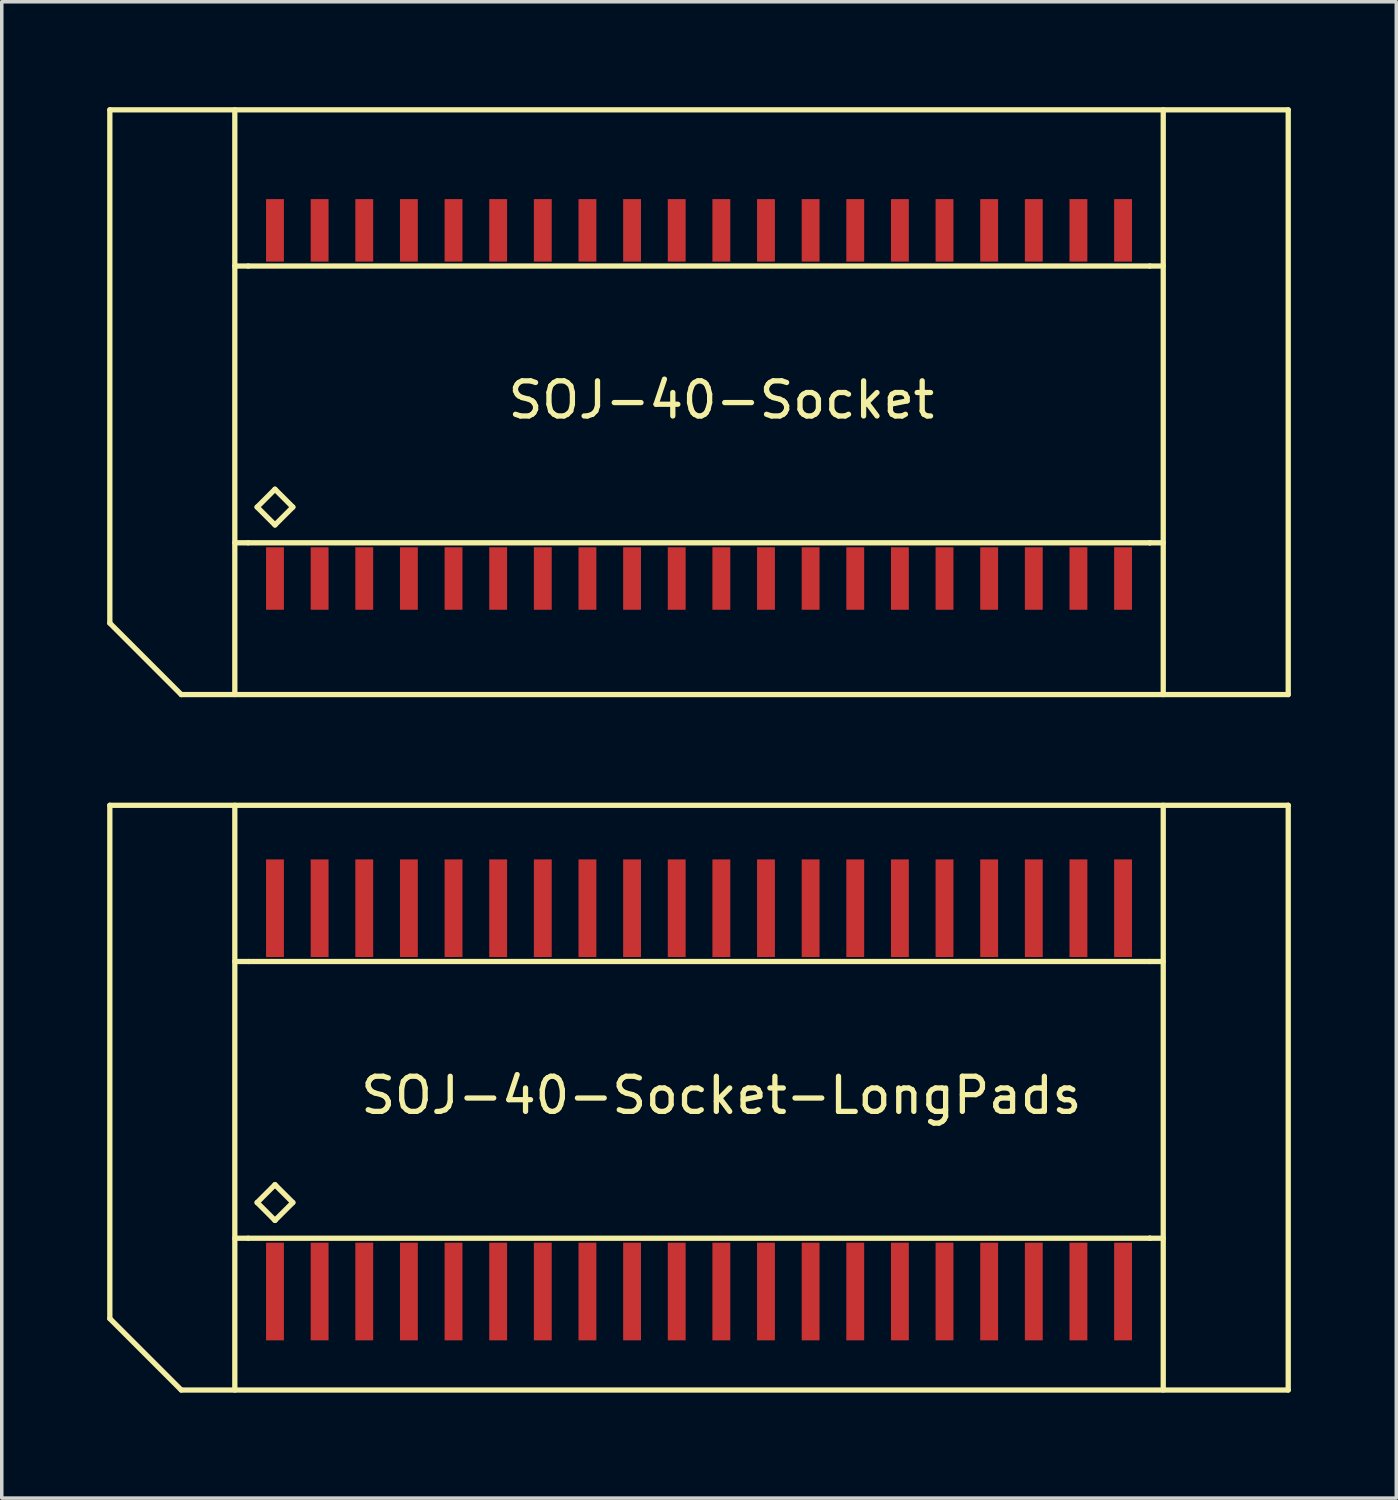
<source format=kicad_pcb>
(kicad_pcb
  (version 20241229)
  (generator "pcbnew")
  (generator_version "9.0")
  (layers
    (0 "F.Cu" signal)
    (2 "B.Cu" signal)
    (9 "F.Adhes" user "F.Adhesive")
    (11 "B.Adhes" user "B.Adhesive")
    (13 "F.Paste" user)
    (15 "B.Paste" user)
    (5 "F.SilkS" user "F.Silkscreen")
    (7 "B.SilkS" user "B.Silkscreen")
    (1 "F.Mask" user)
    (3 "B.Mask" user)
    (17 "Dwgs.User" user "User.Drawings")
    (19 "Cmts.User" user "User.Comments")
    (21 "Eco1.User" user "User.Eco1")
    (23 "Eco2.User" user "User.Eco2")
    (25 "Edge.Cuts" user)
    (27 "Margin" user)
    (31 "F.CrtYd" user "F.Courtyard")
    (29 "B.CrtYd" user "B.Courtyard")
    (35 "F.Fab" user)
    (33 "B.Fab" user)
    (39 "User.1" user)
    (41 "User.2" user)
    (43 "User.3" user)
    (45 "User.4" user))
  (footprint "SOJ-40-Socket"
    (layer "F.Cu")
    (at 17.474 8.33)
    (property "Reference" "SOJ-40-Socket" (at 0 0 180) (layer "F.SilkS") (effects (font (size 1 1) (thickness 0.15))))
    (attr smd)
    (fp_line (start -17.399 6.35) (end -17.399 -8.255) (stroke (width 0.15) (type solid)) (layer "F.SilkS"))
    (fp_line (start -15.367 8.382) (end -17.399 6.35) (stroke (width 0.15) (type solid)) (layer "F.SilkS"))
    (fp_line (start -13.843 8.382) (end -13.843 -8.255) (stroke (width 0.15) (type solid)) (layer "F.SilkS"))
    (fp_line (start -13.462 -3.81) (end -13.843 -3.81) (stroke (width 0.15) (type solid)) (layer "F.SilkS"))
    (fp_line (start -13.462 -3.81) (end 12.192 -3.81) (stroke (width 0.15) (type solid)) (layer "F.SilkS"))
    (fp_line (start -13.462 4.064) (end -13.843 4.064) (stroke (width 0.15) (type solid)) (layer "F.SilkS"))
    (fp_line (start -13.208 3.048) (end -12.7 2.54) (stroke (width 0.15) (type solid)) (layer "F.SilkS"))
    (fp_line (start -12.7 2.54) (end -12.192 3.048) (stroke (width 0.15) (type solid)) (layer "F.SilkS"))
    (fp_line (start -12.7 3.556) (end -13.208 3.048) (stroke (width 0.15) (type solid)) (layer "F.SilkS"))
    (fp_line (start -12.192 3.048) (end -12.7 3.556) (stroke (width 0.15) (type solid)) (layer "F.SilkS"))
    (fp_line (start 12.192 -3.81) (end 12.573 -3.81) (stroke (width 0.15) (type solid)) (layer "F.SilkS"))
    (fp_line (start 12.192 4.064) (end -13.462 4.064) (stroke (width 0.15) (type solid)) (layer "F.SilkS"))
    (fp_line (start 12.192 4.064) (end 12.192 4.064) (stroke (width 0.15) (type solid)) (layer "F.SilkS"))
    (fp_line (start 12.192 4.064) (end 12.573 4.064) (stroke (width 0.15) (type solid)) (layer "F.SilkS"))
    (fp_line (start 12.573 8.382) (end 12.573 -8.255) (stroke (width 0.15) (type solid)) (layer "F.SilkS"))
    (fp_line (start 16.129 -8.255) (end -17.399 -8.255) (stroke (width 0.15) (type solid)) (layer "F.SilkS"))
    (fp_line (start 16.129 -8.255) (end 16.129 8.382) (stroke (width 0.15) (type solid)) (layer "F.SilkS"))
    (fp_line (start 16.129 8.382) (end -15.367 8.382) (stroke (width 0.15) (type solid)) (layer "F.SilkS"))
    (pad "1" smd rect (at -12.7 5.08) (size 0.508 1.778) (layers "F.Cu" "F.Mask" "F.Paste"))
    (pad "2" smd rect (at -11.43 5.08) (size 0.508 1.778) (layers "F.Cu" "F.Mask" "F.Paste"))
    (pad "3" smd rect (at -10.16 5.08) (size 0.508 1.778) (layers "F.Cu" "F.Mask" "F.Paste"))
    (pad "4" smd rect (at -8.89 5.08) (size 0.508 1.778) (layers "F.Cu" "F.Mask" "F.Paste"))
    (pad "5" smd rect (at -7.62 5.08) (size 0.508 1.778) (layers "F.Cu" "F.Mask" "F.Paste"))
    (pad "6" smd rect (at -6.35 5.08) (size 0.508 1.778) (layers "F.Cu" "F.Mask" "F.Paste"))
    (pad "7" smd rect (at -5.08 5.08) (size 0.508 1.778) (layers "F.Cu" "F.Mask" "F.Paste"))
    (pad "8" smd rect (at -3.81 5.08) (size 0.508 1.778) (layers "F.Cu" "F.Mask" "F.Paste"))
    (pad "9" smd rect (at -2.54 5.08) (size 0.508 1.778) (layers "F.Cu" "F.Mask" "F.Paste"))
    (pad "10" smd rect (at -1.27 5.08) (size 0.508 1.778) (layers "F.Cu" "F.Mask" "F.Paste"))
    (pad "11" smd rect (at 0 5.08) (size 0.508 1.778) (layers "F.Cu" "F.Mask" "F.Paste"))
    (pad "12" smd rect (at 1.27 5.08) (size 0.508 1.778) (layers "F.Cu" "F.Mask" "F.Paste"))
    (pad "13" smd rect (at 2.54 5.08) (size 0.508 1.778) (layers "F.Cu" "F.Mask" "F.Paste"))
    (pad "14" smd rect (at 3.81 5.08) (size 0.508 1.778) (layers "F.Cu" "F.Mask" "F.Paste"))
    (pad "15" smd rect (at 5.08 5.08) (size 0.508 1.778) (layers "F.Cu" "F.Mask" "F.Paste"))
    (pad "16" smd rect (at 6.35 5.08) (size 0.508 1.778) (layers "F.Cu" "F.Mask" "F.Paste"))
    (pad "17" smd rect (at 7.62 5.08) (size 0.508 1.778) (layers "F.Cu" "F.Mask" "F.Paste"))
    (pad "18" smd rect (at 8.89 5.08) (size 0.508 1.778) (layers "F.Cu" "F.Mask" "F.Paste"))
    (pad "19" smd rect (at 10.16 5.08) (size 0.508 1.778) (layers "F.Cu" "F.Mask" "F.Paste"))
    (pad "20" smd rect (at 11.43 5.08) (size 0.508 1.778) (layers "F.Cu" "F.Mask" "F.Paste"))
    (pad "21" smd rect (at 11.43 -4.826) (size 0.508 1.778) (layers "F.Cu" "F.Mask" "F.Paste"))
    (pad "22" smd rect (at 10.16 -4.826) (size 0.508 1.778) (layers "F.Cu" "F.Mask" "F.Paste"))
    (pad "23" smd rect (at 8.89 -4.826) (size 0.508 1.778) (layers "F.Cu" "F.Mask" "F.Paste"))
    (pad "24" smd rect (at 7.62 -4.826) (size 0.508 1.778) (layers "F.Cu" "F.Mask" "F.Paste"))
    (pad "25" smd rect (at 6.35 -4.826) (size 0.508 1.778) (layers "F.Cu" "F.Mask" "F.Paste"))
    (pad "26" smd rect (at 5.08 -4.826) (size 0.508 1.778) (layers "F.Cu" "F.Mask" "F.Paste"))
    (pad "27" smd rect (at 3.81 -4.826) (size 0.508 1.778) (layers "F.Cu" "F.Mask" "F.Paste"))
    (pad "28" smd rect (at 2.54 -4.826) (size 0.508 1.778) (layers "F.Cu" "F.Mask" "F.Paste"))
    (pad "29" smd rect (at 1.27 -4.826) (size 0.508 1.778) (layers "F.Cu" "F.Mask" "F.Paste"))
    (pad "30" smd rect (at 0 -4.826) (size 0.508 1.778) (layers "F.Cu" "F.Mask" "F.Paste"))
    (pad "31" smd rect (at -1.27 -4.826) (size 0.508 1.778) (layers "F.Cu" "F.Mask" "F.Paste"))
    (pad "32" smd rect (at -2.54 -4.826) (size 0.508 1.778) (layers "F.Cu" "F.Mask" "F.Paste"))
    (pad "33" smd rect (at -3.81 -4.826) (size 0.508 1.778) (layers "F.Cu" "F.Mask" "F.Paste"))
    (pad "34" smd rect (at -5.08 -4.826) (size 0.508 1.778) (layers "F.Cu" "F.Mask" "F.Paste"))
    (pad "35" smd rect (at -6.35 -4.826) (size 0.508 1.778) (layers "F.Cu" "F.Mask" "F.Paste"))
    (pad "36" smd rect (at -7.62 -4.826) (size 0.508 1.778) (layers "F.Cu" "F.Mask" "F.Paste"))
    (pad "37" smd rect (at -8.89 -4.826) (size 0.508 1.778) (layers "F.Cu" "F.Mask" "F.Paste"))
    (pad "38" smd rect (at -10.16 -4.826) (size 0.508 1.778) (layers "F.Cu" "F.Mask" "F.Paste"))
    (pad "39" smd rect (at -11.43 -4.826) (size 0.508 1.778) (layers "F.Cu" "F.Mask" "F.Paste"))
    (pad "40" smd rect (at -12.7 -4.826) (size 0.508 1.778) (layers "F.Cu" "F.Mask" "F.Paste")))
  (footprint "SOJ-40-Socket-LongPads"
    (layer "F.Cu")
    (at 17.474 28.117)
    (property "Reference" "SOJ-40-Socket-LongPads" (at 0 0 180) (layer "F.SilkS") (effects (font (size 1 1) (thickness 0.15))))
    (attr smd)
    (fp_line (start -17.399 6.35) (end -17.399 -8.255) (stroke (width 0.15) (type solid)) (layer "F.SilkS"))
    (fp_line (start -15.367 8.382) (end -17.399 6.35) (stroke (width 0.15) (type solid)) (layer "F.SilkS"))
    (fp_line (start -13.843 8.382) (end -13.843 -8.255) (stroke (width 0.15) (type solid)) (layer "F.SilkS"))
    (fp_line (start -13.462 -3.81) (end -13.843 -3.81) (stroke (width 0.15) (type solid)) (layer "F.SilkS"))
    (fp_line (start -13.462 -3.81) (end 12.192 -3.81) (stroke (width 0.15) (type solid)) (layer "F.SilkS"))
    (fp_line (start -13.462 4.064) (end -13.843 4.064) (stroke (width 0.15) (type solid)) (layer "F.SilkS"))
    (fp_line (start -13.208 3.048) (end -12.7 2.54) (stroke (width 0.15) (type solid)) (layer "F.SilkS"))
    (fp_line (start -12.7 2.54) (end -12.192 3.048) (stroke (width 0.15) (type solid)) (layer "F.SilkS"))
    (fp_line (start -12.7 3.556) (end -13.208 3.048) (stroke (width 0.15) (type solid)) (layer "F.SilkS"))
    (fp_line (start -12.192 3.048) (end -12.7 3.556) (stroke (width 0.15) (type solid)) (layer "F.SilkS"))
    (fp_line (start 12.192 -3.81) (end 12.573 -3.81) (stroke (width 0.15) (type solid)) (layer "F.SilkS"))
    (fp_line (start 12.192 4.064) (end -13.462 4.064) (stroke (width 0.15) (type solid)) (layer "F.SilkS"))
    (fp_line (start 12.192 4.064) (end 12.192 4.064) (stroke (width 0.15) (type solid)) (layer "F.SilkS"))
    (fp_line (start 12.192 4.064) (end 12.573 4.064) (stroke (width 0.15) (type solid)) (layer "F.SilkS"))
    (fp_line (start 12.573 8.382) (end 12.573 -8.255) (stroke (width 0.15) (type solid)) (layer "F.SilkS"))
    (fp_line (start 16.129 -8.255) (end -17.399 -8.255) (stroke (width 0.15) (type solid)) (layer "F.SilkS"))
    (fp_line (start 16.129 -8.255) (end 16.129 8.382) (stroke (width 0.15) (type solid)) (layer "F.SilkS"))
    (fp_line (start 16.129 8.382) (end -15.367 8.382) (stroke (width 0.15) (type solid)) (layer "F.SilkS"))
    (pad "1" smd rect (at -12.7 5.58) (size 0.508 2.778) (layers "F.Cu" "F.Mask" "F.Paste"))
    (pad "2" smd rect (at -11.43 5.58) (size 0.508 2.778) (layers "F.Cu" "F.Mask" "F.Paste"))
    (pad "3" smd rect (at -10.16 5.58) (size 0.508 2.778) (layers "F.Cu" "F.Mask" "F.Paste"))
    (pad "4" smd rect (at -8.89 5.58) (size 0.508 2.778) (layers "F.Cu" "F.Mask" "F.Paste"))
    (pad "5" smd rect (at -7.62 5.58) (size 0.508 2.778) (layers "F.Cu" "F.Mask" "F.Paste"))
    (pad "6" smd rect (at -6.35 5.58) (size 0.508 2.778) (layers "F.Cu" "F.Mask" "F.Paste"))
    (pad "7" smd rect (at -5.08 5.58) (size 0.508 2.778) (layers "F.Cu" "F.Mask" "F.Paste"))
    (pad "8" smd rect (at -3.81 5.58) (size 0.508 2.778) (layers "F.Cu" "F.Mask" "F.Paste"))
    (pad "9" smd rect (at -2.54 5.58) (size 0.508 2.778) (layers "F.Cu" "F.Mask" "F.Paste"))
    (pad "10" smd rect (at -1.27 5.58) (size 0.508 2.778) (layers "F.Cu" "F.Mask" "F.Paste"))
    (pad "11" smd rect (at 0 5.58) (size 0.508 2.778) (layers "F.Cu" "F.Mask" "F.Paste"))
    (pad "12" smd rect (at 1.27 5.58) (size 0.508 2.778) (layers "F.Cu" "F.Mask" "F.Paste"))
    (pad "13" smd rect (at 2.54 5.58) (size 0.508 2.778) (layers "F.Cu" "F.Mask" "F.Paste"))
    (pad "14" smd rect (at 3.81 5.58) (size 0.508 2.778) (layers "F.Cu" "F.Mask" "F.Paste"))
    (pad "15" smd rect (at 5.08 5.58) (size 0.508 2.778) (layers "F.Cu" "F.Mask" "F.Paste"))
    (pad "16" smd rect (at 6.35 5.58) (size 0.508 2.778) (layers "F.Cu" "F.Mask" "F.Paste"))
    (pad "17" smd rect (at 7.62 5.58) (size 0.508 2.778) (layers "F.Cu" "F.Mask" "F.Paste"))
    (pad "18" smd rect (at 8.89 5.58) (size 0.508 2.778) (layers "F.Cu" "F.Mask" "F.Paste"))
    (pad "19" smd rect (at 10.16 5.58) (size 0.508 2.778) (layers "F.Cu" "F.Mask" "F.Paste"))
    (pad "20" smd rect (at 11.43 5.58) (size 0.508 2.778) (layers "F.Cu" "F.Mask" "F.Paste"))
    (pad "21" smd rect (at 11.43 -5.326) (size 0.508 2.778) (layers "F.Cu" "F.Mask" "F.Paste"))
    (pad "22" smd rect (at 10.16 -5.326) (size 0.508 2.778) (layers "F.Cu" "F.Mask" "F.Paste"))
    (pad "23" smd rect (at 8.89 -5.326) (size 0.508 2.778) (layers "F.Cu" "F.Mask" "F.Paste"))
    (pad "24" smd rect (at 7.62 -5.326) (size 0.508 2.778) (layers "F.Cu" "F.Mask" "F.Paste"))
    (pad "25" smd rect (at 6.35 -5.326) (size 0.508 2.778) (layers "F.Cu" "F.Mask" "F.Paste"))
    (pad "26" smd rect (at 5.08 -5.326) (size 0.508 2.778) (layers "F.Cu" "F.Mask" "F.Paste"))
    (pad "27" smd rect (at 3.81 -5.326) (size 0.508 2.778) (layers "F.Cu" "F.Mask" "F.Paste"))
    (pad "28" smd rect (at 2.54 -5.326) (size 0.508 2.778) (layers "F.Cu" "F.Mask" "F.Paste"))
    (pad "29" smd rect (at 1.27 -5.326) (size 0.508 2.778) (layers "F.Cu" "F.Mask" "F.Paste"))
    (pad "30" smd rect (at 0 -5.326) (size 0.508 2.778) (layers "F.Cu" "F.Mask" "F.Paste"))
    (pad "31" smd rect (at -1.27 -5.326) (size 0.508 2.778) (layers "F.Cu" "F.Mask" "F.Paste"))
    (pad "32" smd rect (at -2.54 -5.326) (size 0.508 2.778) (layers "F.Cu" "F.Mask" "F.Paste"))
    (pad "33" smd rect (at -3.81 -5.326) (size 0.508 2.778) (layers "F.Cu" "F.Mask" "F.Paste"))
    (pad "34" smd rect (at -5.08 -5.326) (size 0.508 2.778) (layers "F.Cu" "F.Mask" "F.Paste"))
    (pad "35" smd rect (at -6.35 -5.326) (size 0.508 2.778) (layers "F.Cu" "F.Mask" "F.Paste"))
    (pad "36" smd rect (at -7.62 -5.326) (size 0.508 2.778) (layers "F.Cu" "F.Mask" "F.Paste"))
    (pad "37" smd rect (at -8.89 -5.326) (size 0.508 2.778) (layers "F.Cu" "F.Mask" "F.Paste"))
    (pad "38" smd rect (at -10.16 -5.326) (size 0.508 2.778) (layers "F.Cu" "F.Mask" "F.Paste"))
    (pad "39" smd rect (at -11.43 -5.326) (size 0.508 2.778) (layers "F.Cu" "F.Mask" "F.Paste"))
    (pad "40" smd rect (at -12.7 -5.326) (size 0.508 2.778) (layers "F.Cu" "F.Mask" "F.Paste")))
  (gr_rect
    (start -3 -3)
    (end 36.678 39.574)
    (stroke (width 0.1) (type default))
    (fill no)
    (layer "Edge.Cuts")))
</source>
